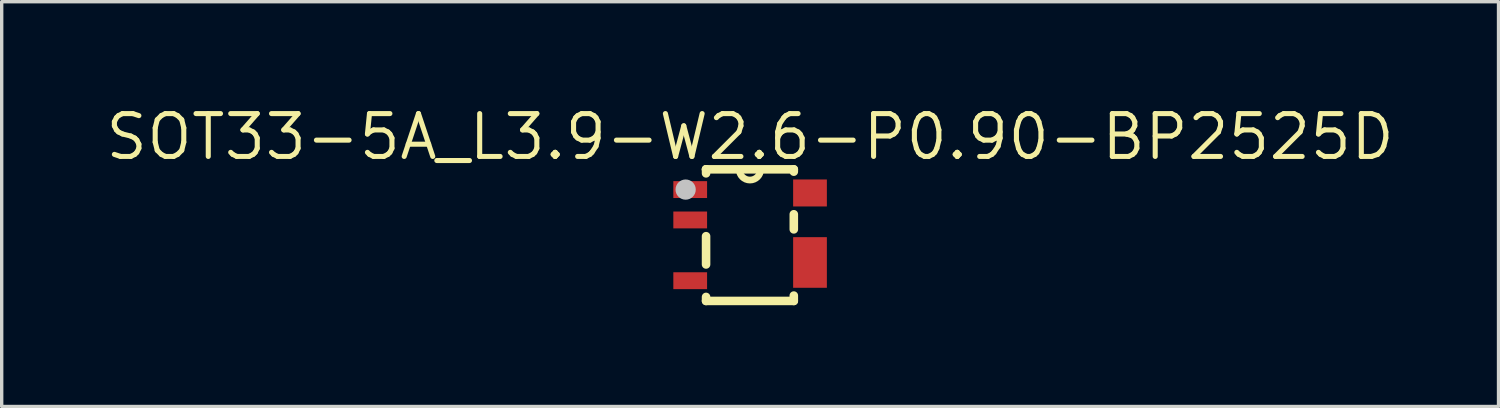
<source format=kicad_pcb>
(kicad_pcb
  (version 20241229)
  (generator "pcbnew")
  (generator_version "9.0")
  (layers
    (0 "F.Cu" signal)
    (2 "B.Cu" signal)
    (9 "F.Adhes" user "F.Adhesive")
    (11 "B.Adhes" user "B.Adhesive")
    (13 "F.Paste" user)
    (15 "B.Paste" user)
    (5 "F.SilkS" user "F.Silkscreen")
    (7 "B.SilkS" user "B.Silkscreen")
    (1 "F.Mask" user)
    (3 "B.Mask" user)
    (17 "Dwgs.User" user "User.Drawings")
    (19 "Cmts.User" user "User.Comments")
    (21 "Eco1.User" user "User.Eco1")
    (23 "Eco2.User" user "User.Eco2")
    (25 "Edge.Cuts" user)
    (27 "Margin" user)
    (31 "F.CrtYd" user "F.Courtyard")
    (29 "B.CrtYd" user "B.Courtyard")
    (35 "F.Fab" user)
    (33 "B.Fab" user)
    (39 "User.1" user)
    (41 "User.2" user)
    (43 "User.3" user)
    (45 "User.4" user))
  (footprint "SOT33-5A_L3.9-W2.6-P0.90-BP2525D"
    (layer "F.Cu")
    (at 19.178 3.918)
    (property "Reference" "SOT33-5A_L3.9-W2.6-P0.90-BP2525D" (at 0 -2.912 0) (layer "F.SilkS") (effects (font (size 1.27 1.27) (thickness 0.15))))
    (fp_line (start -1.305 -1.95) (end 1.295 -1.95) (stroke (width 0.254) (type default)) (layer "F.SilkS"))
    (fp_line (start -1.305 -1.95) (end -1.305 -1.95) (stroke (width 0.254) (type default)) (layer "F.SilkS"))
    (fp_line (start -1.305 -1.831) (end -1.305 -1.95) (stroke (width 0.254) (type default)) (layer "F.SilkS"))
    (fp_line (start -1.305 0.869) (end -1.305 0.031) (stroke (width 0.254) (type default)) (layer "F.SilkS"))
    (fp_line (start -1.305 1.95) (end -1.305 1.831) (stroke (width 0.254) (type default)) (layer "F.SilkS"))
    (fp_line (start -1.305 1.95) (end 1.295 1.95) (stroke (width 0.254) (type default)) (layer "F.SilkS"))
    (fp_line (start 1.295 -1.95) (end 1.295 -1.881) (stroke (width 0.254) (type default)) (layer "F.SilkS"))
    (fp_line (start 1.295 -0.619) (end 1.295 -0.171) (stroke (width 0.254) (type default)) (layer "F.SilkS"))
    (fp_line (start 1.295 1.791) (end 1.295 1.95) (stroke (width 0.254) (type default)) (layer "F.SilkS"))
    (fp_arc (start 0.3126 -1.9499) (mid -0.0049 -1.6324) (end -0.3224 -1.9499) (stroke (width 0.2) (type default)) (layer "F.SilkS"))
    (fp_circle (center -1.91 -1.35) (end -1.76 -1.35) (stroke (width 0.3) (type default)) (fill no) (layer "Dwgs.User"))
    (fp_circle (center -2.005 -1.95) (end -1.975 -1.95) (stroke (width 0.06) (type default)) (fill no) (layer "User.5"))
    (pad "1" smd rect (at -1.775 -1.35) (size 1 0.5) (layers "F.Cu" "F.Mask" "F.Paste"))
    (pad "2" smd rect (at -1.775 -0.45) (size 1 0.5) (layers "F.Cu" "F.Mask" "F.Paste"))
    (pad "3" smd rect (at -1.775 1.35) (size 1 0.5) (layers "F.Cu" "F.Mask" "F.Paste"))
    (pad "4" smd rect (at 1.775 0.81) (size 1 1.5) (layers "F.Cu" "F.Mask" "F.Paste"))
    (pad "5" smd rect (at 1.775 -1.25) (size 1 0.8) (layers "F.Cu" "F.Mask" "F.Paste"))
    (zone (net_name "") (layer "User.4") (hatch edge 0.5) (priority 100) (connect_pads yes) (min_thickness 0) (filled_areas_thickness no) (fill yes) (polygon (pts (xy 17.173 2.778) (xy 17.173 2.358) (xy 17.673 2.358) (xy 17.673 2.778))) (filled_polygon (layer "User.4") (island) (pts (xy 17.173 2.778) (xy 17.173 2.358) (xy 17.673 2.358) (xy 17.673 2.778))))
    (zone (net_name "") (layer "User.4") (hatch edge 0.5) (priority 100) (connect_pads yes) (min_thickness 0) (filled_areas_thickness no) (fill yes) (polygon (pts (xy 17.173 3.678) (xy 17.173 3.258) (xy 17.673 3.258) (xy 17.673 3.678))) (filled_polygon (layer "User.4") (island) (pts (xy 17.173 3.678) (xy 17.173 3.258) (xy 17.673 3.258) (xy 17.673 3.678))))
    (zone (net_name "") (layer "User.4") (hatch edge 0.5) (priority 100) (connect_pads yes) (min_thickness 0) (filled_areas_thickness no) (fill yes) (polygon (pts (xy 17.173 5.478) (xy 17.173 5.058) (xy 17.673 5.058) (xy 17.673 5.478))) (filled_polygon (layer "User.4") (island) (pts (xy 17.173 5.478) (xy 17.173 5.058) (xy 17.673 5.058) (xy 17.673 5.478))))
    (zone (net_name "") (layer "User.4") (hatch edge 0.5) (priority 100) (connect_pads) (min_thickness 0) (filled_areas_thickness no) (keepout (tracks allowed) (vias allowed) (pads allowed) (copperpour not_allowed) (footprints allowed)) (placement (enabled no)) (fill) (polygon (pts (xy 17.663 2.778) (xy 17.663 2.358) (xy 17.883 2.358) (xy 17.883 2.778))))
    (zone (net_name "") (layer "User.4") (hatch edge 0.5) (priority 100) (connect_pads) (min_thickness 0) (filled_areas_thickness no) (keepout (tracks allowed) (vias allowed) (pads allowed) (copperpour not_allowed) (footprints allowed)) (placement (enabled no)) (fill) (polygon (pts (xy 17.663 3.678) (xy 17.663 3.258) (xy 17.883 3.258) (xy 17.883 3.678))))
    (zone (net_name "") (layer "User.4") (hatch edge 0.5) (priority 100) (connect_pads) (min_thickness 0) (filled_areas_thickness no) (keepout (tracks allowed) (vias allowed) (pads allowed) (copperpour not_allowed) (footprints allowed)) (placement (enabled no)) (fill) (polygon (pts (xy 17.663 5.478) (xy 17.663 5.058) (xy 17.883 5.058) (xy 17.883 5.478))))
    (zone (net_name "") (layer "User.4") (hatch edge 0.5) (priority 100) (connect_pads) (min_thickness 0) (filled_areas_thickness no) (keepout (tracks allowed) (vias allowed) (pads allowed) (copperpour not_allowed) (footprints allowed)) (placement (enabled no)) (fill) (polygon (pts (xy 20.463 2.978) (xy 20.463 2.358) (xy 20.683 2.358) (xy 20.683 2.978))))
    (zone (net_name "") (layer "User.4") (hatch edge 0.5) (priority 100) (connect_pads) (min_thickness 0) (filled_areas_thickness no) (keepout (tracks allowed) (vias allowed) (pads allowed) (copperpour not_allowed) (footprints allowed)) (placement (enabled no)) (fill) (polygon (pts (xy 20.463 5.413) (xy 20.463 4.043) (xy 20.683 4.043) (xy 20.683 5.413))))
    (zone (net_name "") (layer "User.4") (hatch edge 0.5) (priority 100) (connect_pads yes) (min_thickness 0) (filled_areas_thickness no) (fill yes) (polygon (pts (xy 20.673 2.978) (xy 20.673 2.358) (xy 21.173 2.358) (xy 21.173 2.978))) (filled_polygon (layer "User.4") (island) (pts (xy 20.673 2.978) (xy 20.673 2.358) (xy 21.173 2.358) (xy 21.173 2.978))))
    (zone (net_name "") (layer "User.4") (hatch edge 0.5) (priority 100) (connect_pads yes) (min_thickness 0) (filled_areas_thickness no) (fill yes) (polygon (pts (xy 20.673 5.413) (xy 20.673 4.043) (xy 21.173 4.043) (xy 21.173 5.413))) (filled_polygon (layer "User.4") (island) (pts (xy 20.673 5.413) (xy 20.673 4.043) (xy 21.173 4.043) (xy 21.173 5.413)))))
  (gr_rect
    (start -3 -3)
    (end 41.356 8.995)
    (stroke (width 0.1) (type default))
    (fill no)
    (layer "Edge.Cuts")))
</source>
